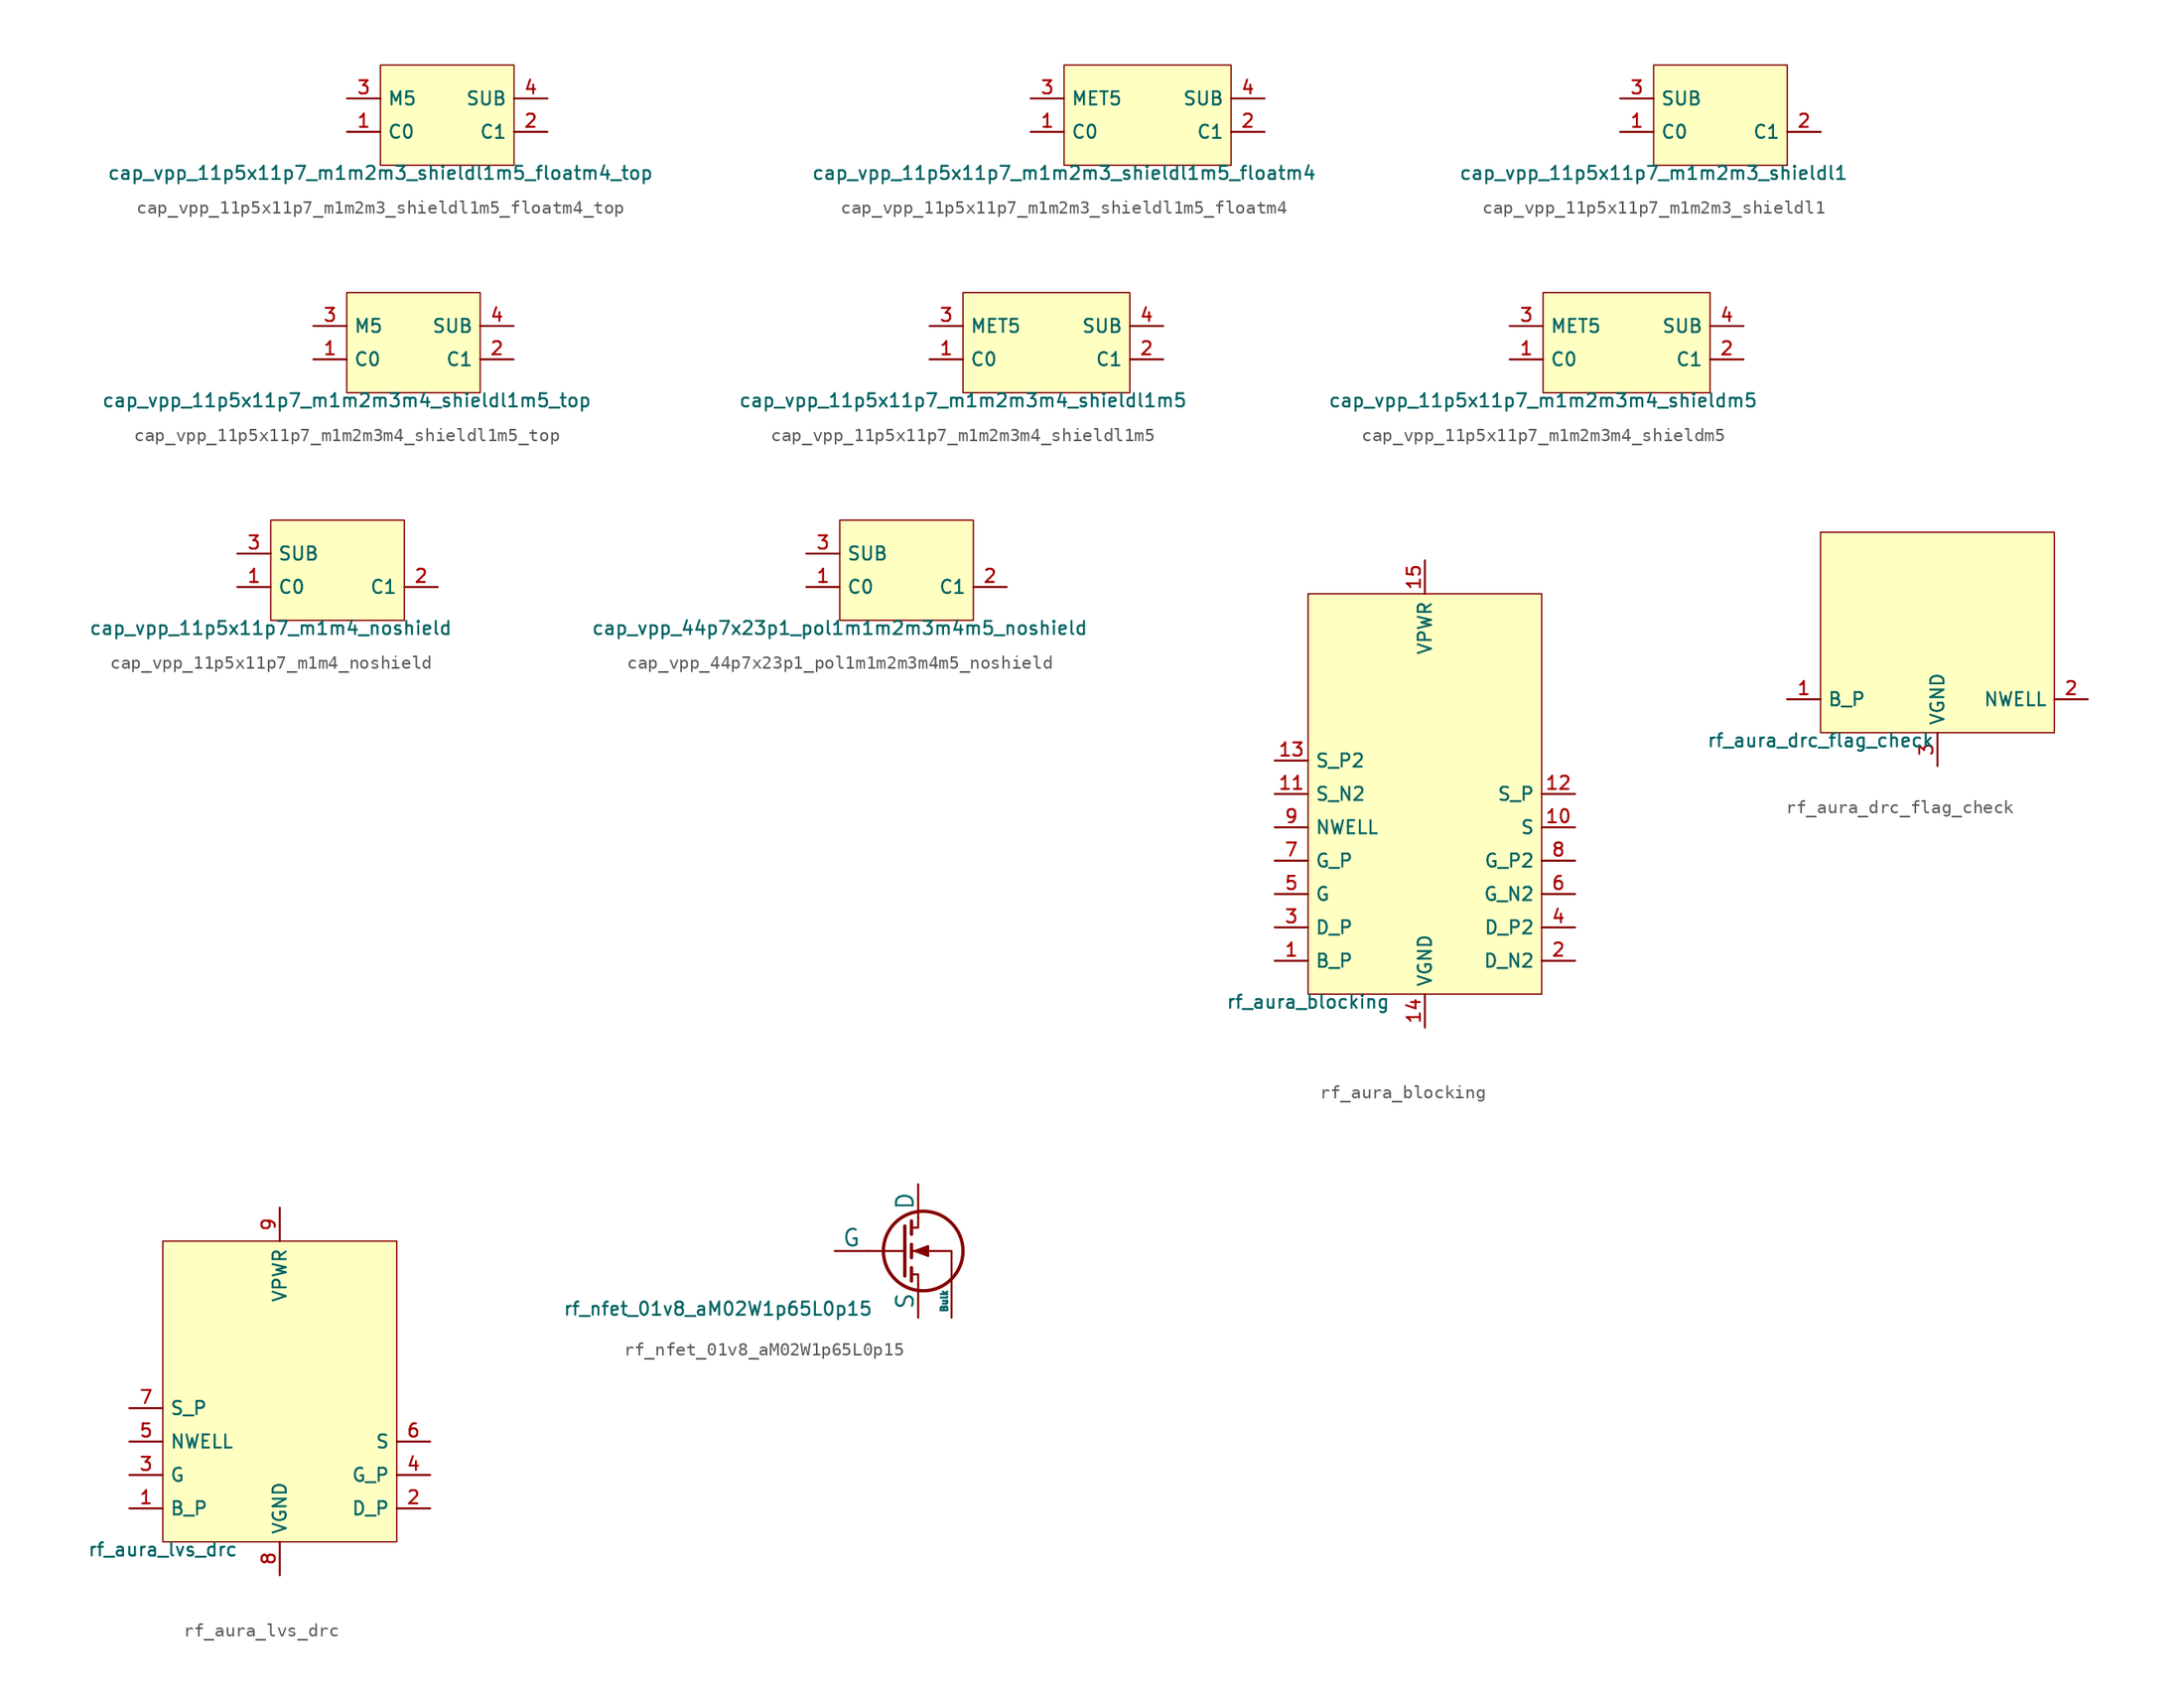
<source format=kicad_sym>
(kicad_symbol_lib
  (version 20211014)
  (generator pdk2kicad)
  (symbol "cap_vpp_11p5x11p7_m1m2m3_shieldl1m5_floatm4_top"
    (property "Reference" "X"
      (at 0 0 0)
      (effects (font (size 1 1)) hide))
    (property "Value" "cap_vpp_11p5x11p7_m1m2m3_shieldl1m5_floatm4_top"
      (at -5.08 -3.81 0)
      (effects (font (size 1 1)) (justify top)))
    (rectangle
      (start -5.08 -3.81)
      (end 5.08 3.81)
      (stroke (width 0.1) (type solid) (color 0 0 0 0))
      (fill (type background)))
    (pin bidirectional line
      (at -7.62 -1.27 0)
      (length 2.54)
      (name "C0" (effects (font (size 1 1)) hide))
      (number "1" (effects (font (size 1 1)) hide)))
    (pin bidirectional line
      (at 7.62 -1.27 180)
      (length 2.54)
      (name "C1" (effects (font (size 1 1)) hide))
      (number "2" (effects (font (size 1 1)) hide)))
    (pin bidirectional line
      (at -7.62 1.27 0)
      (length 2.54)
      (name "M5" (effects (font (size 1 1)) hide))
      (number "3" (effects (font (size 1 1)) hide)))
    (pin bidirectional line
      (at 7.62 1.27 180)
      (length 2.54)
      (name "SUB" (effects (font (size 1 1)) hide))
      (number "4" (effects (font (size 1 1)) hide))))
  (symbol "cap_vpp_11p5x11p7_m1m2m3_shieldl1m5_floatm4"
    (property "Reference" "X"
      (at 0 0 0)
      (effects (font (size 1 1)) hide))
    (property "Value" "cap_vpp_11p5x11p7_m1m2m3_shieldl1m5_floatm4"
      (at -6.35 -3.81 0)
      (effects (font (size 1 1)) (justify top)))
    (rectangle
      (start -6.35 -3.81)
      (end 6.35 3.81)
      (stroke (width 0.1) (type solid) (color 0 0 0 0))
      (fill (type background)))
    (pin bidirectional line
      (at -8.89 -1.27 0)
      (length 2.54)
      (name "C0" (effects (font (size 1 1)) hide))
      (number "1" (effects (font (size 1 1)) hide)))
    (pin bidirectional line
      (at 8.89 -1.27 180)
      (length 2.54)
      (name "C1" (effects (font (size 1 1)) hide))
      (number "2" (effects (font (size 1 1)) hide)))
    (pin bidirectional line
      (at -8.89 1.27 0)
      (length 2.54)
      (name "MET5" (effects (font (size 1 1)) hide))
      (number "3" (effects (font (size 1 1)) hide)))
    (pin bidirectional line
      (at 8.89 1.27 180)
      (length 2.54)
      (name "SUB" (effects (font (size 1 1)) hide))
      (number "4" (effects (font (size 1 1)) hide))))
  (symbol "cap_vpp_11p5x11p7_m1m2m3_shieldl1"
    (property "Reference" "X"
      (at 0 0 0)
      (effects (font (size 1 1)) hide))
    (property "Value" "cap_vpp_11p5x11p7_m1m2m3_shieldl1"
      (at -5.08 -3.81 0)
      (effects (font (size 1 1)) (justify top)))
    (rectangle
      (start -5.08 -3.81)
      (end 5.08 3.81)
      (stroke (width 0.1) (type solid) (color 0 0 0 0))
      (fill (type background)))
    (pin bidirectional line
      (at -7.62 -1.27 0)
      (length 2.54)
      (name "C0" (effects (font (size 1 1)) hide))
      (number "1" (effects (font (size 1 1)) hide)))
    (pin bidirectional line
      (at 7.62 -1.27 180)
      (length 2.54)
      (name "C1" (effects (font (size 1 1)) hide))
      (number "2" (effects (font (size 1 1)) hide)))
    (pin bidirectional line
      (at -7.62 1.27 0)
      (length 2.54)
      (name "SUB" (effects (font (size 1 1)) hide))
      (number "3" (effects (font (size 1 1)) hide))))
  (symbol "cap_vpp_11p5x11p7_m1m2m3m4_shieldl1m5_top"
    (property "Reference" "X"
      (at 0 0 0)
      (effects (font (size 1 1)) hide))
    (property "Value" "cap_vpp_11p5x11p7_m1m2m3m4_shieldl1m5_top"
      (at -5.08 -3.81 0)
      (effects (font (size 1 1)) (justify top)))
    (rectangle
      (start -5.08 -3.81)
      (end 5.08 3.81)
      (stroke (width 0.1) (type solid) (color 0 0 0 0))
      (fill (type background)))
    (pin bidirectional line
      (at -7.62 -1.27 0)
      (length 2.54)
      (name "C0" (effects (font (size 1 1)) hide))
      (number "1" (effects (font (size 1 1)) hide)))
    (pin bidirectional line
      (at 7.62 -1.27 180)
      (length 2.54)
      (name "C1" (effects (font (size 1 1)) hide))
      (number "2" (effects (font (size 1 1)) hide)))
    (pin bidirectional line
      (at -7.62 1.27 0)
      (length 2.54)
      (name "M5" (effects (font (size 1 1)) hide))
      (number "3" (effects (font (size 1 1)) hide)))
    (pin bidirectional line
      (at 7.62 1.27 180)
      (length 2.54)
      (name "SUB" (effects (font (size 1 1)) hide))
      (number "4" (effects (font (size 1 1)) hide))))
  (symbol "cap_vpp_11p5x11p7_m1m2m3m4_shieldl1m5"
    (property "Reference" "X"
      (at 0 0 0)
      (effects (font (size 1 1)) hide))
    (property "Value" "cap_vpp_11p5x11p7_m1m2m3m4_shieldl1m5"
      (at -6.35 -3.81 0)
      (effects (font (size 1 1)) (justify top)))
    (rectangle
      (start -6.35 -3.81)
      (end 6.35 3.81)
      (stroke (width 0.1) (type solid) (color 0 0 0 0))
      (fill (type background)))
    (pin bidirectional line
      (at -8.89 -1.27 0)
      (length 2.54)
      (name "C0" (effects (font (size 1 1)) hide))
      (number "1" (effects (font (size 1 1)) hide)))
    (pin bidirectional line
      (at 8.89 -1.27 180)
      (length 2.54)
      (name "C1" (effects (font (size 1 1)) hide))
      (number "2" (effects (font (size 1 1)) hide)))
    (pin bidirectional line
      (at -8.89 1.27 0)
      (length 2.54)
      (name "MET5" (effects (font (size 1 1)) hide))
      (number "3" (effects (font (size 1 1)) hide)))
    (pin bidirectional line
      (at 8.89 1.27 180)
      (length 2.54)
      (name "SUB" (effects (font (size 1 1)) hide))
      (number "4" (effects (font (size 1 1)) hide))))
  (symbol "cap_vpp_11p5x11p7_m1m2m3m4_shieldm5"
    (property "Reference" "X"
      (at 0 0 0)
      (effects (font (size 1 1)) hide))
    (property "Value" "cap_vpp_11p5x11p7_m1m2m3m4_shieldm5"
      (at -6.35 -3.81 0)
      (effects (font (size 1 1)) (justify top)))
    (rectangle
      (start -6.35 -3.81)
      (end 6.35 3.81)
      (stroke (width 0.1) (type solid) (color 0 0 0 0))
      (fill (type background)))
    (pin bidirectional line
      (at -8.89 -1.27 0)
      (length 2.54)
      (name "C0" (effects (font (size 1 1)) hide))
      (number "1" (effects (font (size 1 1)) hide)))
    (pin bidirectional line
      (at 8.89 -1.27 180)
      (length 2.54)
      (name "C1" (effects (font (size 1 1)) hide))
      (number "2" (effects (font (size 1 1)) hide)))
    (pin bidirectional line
      (at -8.89 1.27 0)
      (length 2.54)
      (name "MET5" (effects (font (size 1 1)) hide))
      (number "3" (effects (font (size 1 1)) hide)))
    (pin bidirectional line
      (at 8.89 1.27 180)
      (length 2.54)
      (name "SUB" (effects (font (size 1 1)) hide))
      (number "4" (effects (font (size 1 1)) hide))))
  (symbol "cap_vpp_11p5x11p7_m1m4_noshield"
    (property "Reference" "X"
      (at 0 0 0)
      (effects (font (size 1 1)) hide))
    (property "Value" "cap_vpp_11p5x11p7_m1m4_noshield"
      (at -5.08 -3.81 0)
      (effects (font (size 1 1)) (justify top)))
    (rectangle
      (start -5.08 -3.81)
      (end 5.08 3.81)
      (stroke (width 0.1) (type solid) (color 0 0 0 0))
      (fill (type background)))
    (pin bidirectional line
      (at -7.62 -1.27 0)
      (length 2.54)
      (name "C0" (effects (font (size 1 1)) hide))
      (number "1" (effects (font (size 1 1)) hide)))
    (pin bidirectional line
      (at 7.62 -1.27 180)
      (length 2.54)
      (name "C1" (effects (font (size 1 1)) hide))
      (number "2" (effects (font (size 1 1)) hide)))
    (pin bidirectional line
      (at -7.62 1.27 0)
      (length 2.54)
      (name "SUB" (effects (font (size 1 1)) hide))
      (number "3" (effects (font (size 1 1)) hide))))
  (symbol "cap_vpp_44p7x23p1_pol1m1m2m3m4m5_noshield"
    (property "Reference" "X"
      (at 0 0 0)
      (effects (font (size 1 1)) hide))
    (property "Value" "cap_vpp_44p7x23p1_pol1m1m2m3m4m5_noshield"
      (at -5.08 -3.81 0)
      (effects (font (size 1 1)) (justify top)))
    (rectangle
      (start -5.08 -3.81)
      (end 5.08 3.81)
      (stroke (width 0.1) (type solid) (color 0 0 0 0))
      (fill (type background)))
    (pin bidirectional line
      (at -7.62 -1.27 0)
      (length 2.54)
      (name "C0" (effects (font (size 1 1)) hide))
      (number "1" (effects (font (size 1 1)) hide)))
    (pin bidirectional line
      (at 7.62 -1.27 180)
      (length 2.54)
      (name "C1" (effects (font (size 1 1)) hide))
      (number "2" (effects (font (size 1 1)) hide)))
    (pin bidirectional line
      (at -7.62 1.27 0)
      (length 2.54)
      (name "SUB" (effects (font (size 1 1)) hide))
      (number "3" (effects (font (size 1 1)) hide))))
  (symbol "rf_aura_blocking"
    (property "Reference" "X"
      (at 0 0 0)
      (effects (font (size 1 1)) hide))
    (property "Value" "rf_aura_blocking"
      (at -8.89 -15.24 0)
      (effects (font (size 1 1)) (justify top)))
    (rectangle
      (start -8.89 -15.24)
      (end 8.89 15.24)
      (stroke (width 0.1) (type solid) (color 0 0 0 0))
      (fill (type background)))
    (pin bidirectional line
      (at -11.43 -12.7 0)
      (length 2.54)
      (name "B_P" (effects (font (size 1 1)) hide))
      (number "1" (effects (font (size 1 1)) hide)))
    (pin bidirectional line
      (at 11.43 -12.7 180)
      (length 2.54)
      (name "D_N2" (effects (font (size 1 1)) hide))
      (number "2" (effects (font (size 1 1)) hide)))
    (pin bidirectional line
      (at -11.43 -10.16 0)
      (length 2.54)
      (name "D_P" (effects (font (size 1 1)) hide))
      (number "3" (effects (font (size 1 1)) hide)))
    (pin bidirectional line
      (at 11.43 -10.16 180)
      (length 2.54)
      (name "D_P2" (effects (font (size 1 1)) hide))
      (number "4" (effects (font (size 1 1)) hide)))
    (pin bidirectional line
      (at -11.43 -7.62 0)
      (length 2.54)
      (name "G" (effects (font (size 1 1)) hide))
      (number "5" (effects (font (size 1 1)) hide)))
    (pin bidirectional line
      (at 11.43 -7.62 180)
      (length 2.54)
      (name "G_N2" (effects (font (size 1 1)) hide))
      (number "6" (effects (font (size 1 1)) hide)))
    (pin bidirectional line
      (at -11.43 -5.08 0)
      (length 2.54)
      (name "G_P" (effects (font (size 1 1)) hide))
      (number "7" (effects (font (size 1 1)) hide)))
    (pin bidirectional line
      (at 11.43 -5.08 180)
      (length 2.54)
      (name "G_P2" (effects (font (size 1 1)) hide))
      (number "8" (effects (font (size 1 1)) hide)))
    (pin bidirectional line
      (at -11.43 -2.54 0)
      (length 2.54)
      (name "NWELL" (effects (font (size 1 1)) hide))
      (number "9" (effects (font (size 1 1)) hide)))
    (pin bidirectional line
      (at 11.43 -2.54 180)
      (length 2.54)
      (name "S" (effects (font (size 1 1)) hide))
      (number "10" (effects (font (size 1 1)) hide)))
    (pin bidirectional line
      (at -11.43 0.0 0)
      (length 2.54)
      (name "S_N2" (effects (font (size 1 1)) hide))
      (number "11" (effects (font (size 1 1)) hide)))
    (pin bidirectional line
      (at 11.43 0.0 180)
      (length 2.54)
      (name "S_P" (effects (font (size 1 1)) hide))
      (number "12" (effects (font (size 1 1)) hide)))
    (pin bidirectional line
      (at -11.43 2.54 0)
      (length 2.54)
      (name "S_P2" (effects (font (size 1 1)) hide))
      (number "13" (effects (font (size 1 1)) hide)))
    (pin power_in line
      (at -8.881784197001252e-16 -17.78 90)
      (length 2.54)
      (name "VGND" (effects (font (size 1 1)) hide))
      (number "14" (effects (font (size 1 1)) hide)))
    (pin power_in line
      (at -8.881784197001252e-16 17.78 270)
      (length 2.54)
      (name "VPWR" (effects (font (size 1 1)) hide))
      (number "15" (effects (font (size 1 1)) hide))))
  (symbol "rf_aura_drc_flag_check"
    (property "Reference" "X"
      (at 0 0 0)
      (effects (font (size 1 1)) hide))
    (property "Value" "rf_aura_drc_flag_check"
      (at -8.89 -7.62 0)
      (effects (font (size 1 1)) (justify top)))
    (rectangle
      (start -8.89 -7.62)
      (end 8.89 7.62)
      (stroke (width 0.1) (type solid) (color 0 0 0 0))
      (fill (type background)))
    (pin bidirectional line
      (at -11.43 -5.08 0)
      (length 2.54)
      (name "B_P" (effects (font (size 1 1)) hide))
      (number "1" (effects (font (size 1 1)) hide)))
    (pin bidirectional line
      (at 11.43 -5.08 180)
      (length 2.54)
      (name "NWELL" (effects (font (size 1 1)) hide))
      (number "2" (effects (font (size 1 1)) hide)))
    (pin power_in line
      (at -8.881784197001252e-16 -10.16 90)
      (length 2.54)
      (name "VGND" (effects (font (size 1 1)) hide))
      (number "3" (effects (font (size 1 1)) hide))))
  (symbol "rf_aura_lvs_drc"
    (property "Reference" "X"
      (at 0 0 0)
      (effects (font (size 1 1)) hide))
    (property "Value" "rf_aura_lvs_drc"
      (at -8.89 -11.43 0)
      (effects (font (size 1 1)) (justify top)))
    (rectangle
      (start -8.89 -11.43)
      (end 8.89 11.43)
      (stroke (width 0.1) (type solid) (color 0 0 0 0))
      (fill (type background)))
    (pin bidirectional line
      (at -11.43 -8.89 0)
      (length 2.54)
      (name "B_P" (effects (font (size 1 1)) hide))
      (number "1" (effects (font (size 1 1)) hide)))
    (pin bidirectional line
      (at 11.43 -8.89 180)
      (length 2.54)
      (name "D_P" (effects (font (size 1 1)) hide))
      (number "2" (effects (font (size 1 1)) hide)))
    (pin bidirectional line
      (at -11.43 -6.35 0)
      (length 2.54)
      (name "G" (effects (font (size 1 1)) hide))
      (number "3" (effects (font (size 1 1)) hide)))
    (pin bidirectional line
      (at 11.43 -6.35 180)
      (length 2.54)
      (name "G_P" (effects (font (size 1 1)) hide))
      (number "4" (effects (font (size 1 1)) hide)))
    (pin bidirectional line
      (at -11.43 -3.81 0)
      (length 2.54)
      (name "NWELL" (effects (font (size 1 1)) hide))
      (number "5" (effects (font (size 1 1)) hide)))
    (pin bidirectional line
      (at 11.43 -3.81 180)
      (length 2.54)
      (name "S" (effects (font (size 1 1)) hide))
      (number "6" (effects (font (size 1 1)) hide)))
    (pin bidirectional line
      (at -11.43 -1.27 0)
      (length 2.54)
      (name "S_P" (effects (font (size 1 1)) hide))
      (number "7" (effects (font (size 1 1)) hide)))
    (pin power_in line
      (at -8.881784197001252e-16 -13.97 90)
      (length 2.54)
      (name "VGND" (effects (font (size 1 1)) hide))
      (number "8" (effects (font (size 1 1)) hide)))
    (pin power_in line
      (at -8.881784197001252e-16 13.97 270)
      (length 2.54)
      (name "VPWR" (effects (font (size 1 1)) hide))
      (number "9" (effects (font (size 1 1)) hide))))
  (symbol "rf_nfet_01v8_aM02W1p65L0p15"
    (pin_numbers hide)
    (pin_names
      (offset 0))
    (property "Reference" "Q"
      (at 0 0 0)
      (effects (font (size 1 1)) hide))
    (property "Value" "rf_nfet_01v8_aM02W1p65L0p15"
      (at -12.7 -3.81 0)
      (effects (font (size 1 1)) (justify top)))
    (polyline
      (pts (xy 1.524 0) (xy -1.27 0))
      (stroke (width 0) (type default))
      (fill (type none)))
    (polyline
      (pts (xy 1.524 1.905) (xy 1.524 -1.905))
      (stroke (width 0.254) (type default))
      (fill (type none)))
    (polyline
      (pts (xy 2.032 -1.27) (xy 2.032 -2.286))
      (stroke (width 0.254) (type default))
      (fill (type none)))
    (polyline
      (pts (xy 2.032 0.508) (xy 2.032 -0.508))
      (stroke (width 0.254) (type default))
      (fill (type none)))
    (polyline
      (pts (xy 2.032 2.286) (xy 2.032 1.27))
      (stroke (width 0.254) (type default))
      (fill (type none)))
    (polyline
      (pts (xy 2.032 1.778) (xy 2.54 1.778) (xy 2.54 2.54))
      (stroke (width 0) (type default))
      (fill (type none)))
    (polyline
      (pts (xy 2.54 -2.54) (xy 2.54 -1.778) (xy 2.032 -1.778))
      (stroke (width 0) (type default))
      (fill (type none)))
    (polyline
      (pts (xy 5.08 -2.54) (xy 5.08 0) (xy 2.032 0))
      (stroke (width 0) (type default))
      (fill (type none)))
    (polyline
      (pts (xy 2.286 0) (xy 3.302 0.381) (xy 3.302 -0.381) (xy 2.286 0))
      (stroke (width 0) (type default))
      (fill (type outline)))
    (circle
      (center 2.921 0)
      (radius 3.029)
      (stroke (width 0.254) (type default))
      (fill (type none)))
    (pin passive line
      (at 2.54 5.08 270)
      (length 2.54)
      (name "D" (effects (font (size 1.27 1.27))))
      (number "1" (effects (font (size 1.27 1.27)))))
    (pin input line
      (at -3.81 0 0)
      (length 2.54)
      (name "G" (effects (font (size 1.27 1.27))))
      (number "2" (effects (font (size 1.27 1.27)))))
    (pin passive line
      (at 2.54 -5.08 90)
      (length 2.54)
      (name "S" (effects (font (size 1.27 1.27))))
      (number "3" (effects (font (size 1.27 1.27)))))
    (pin input line
      (at 5.08 -5.08 90)
      (length 2.54)
      (name "Bulk" (effects (font (size 0.508 0.508))))
      (number "4" (effects (font (size 1.27 1.27)))))))
</source>
